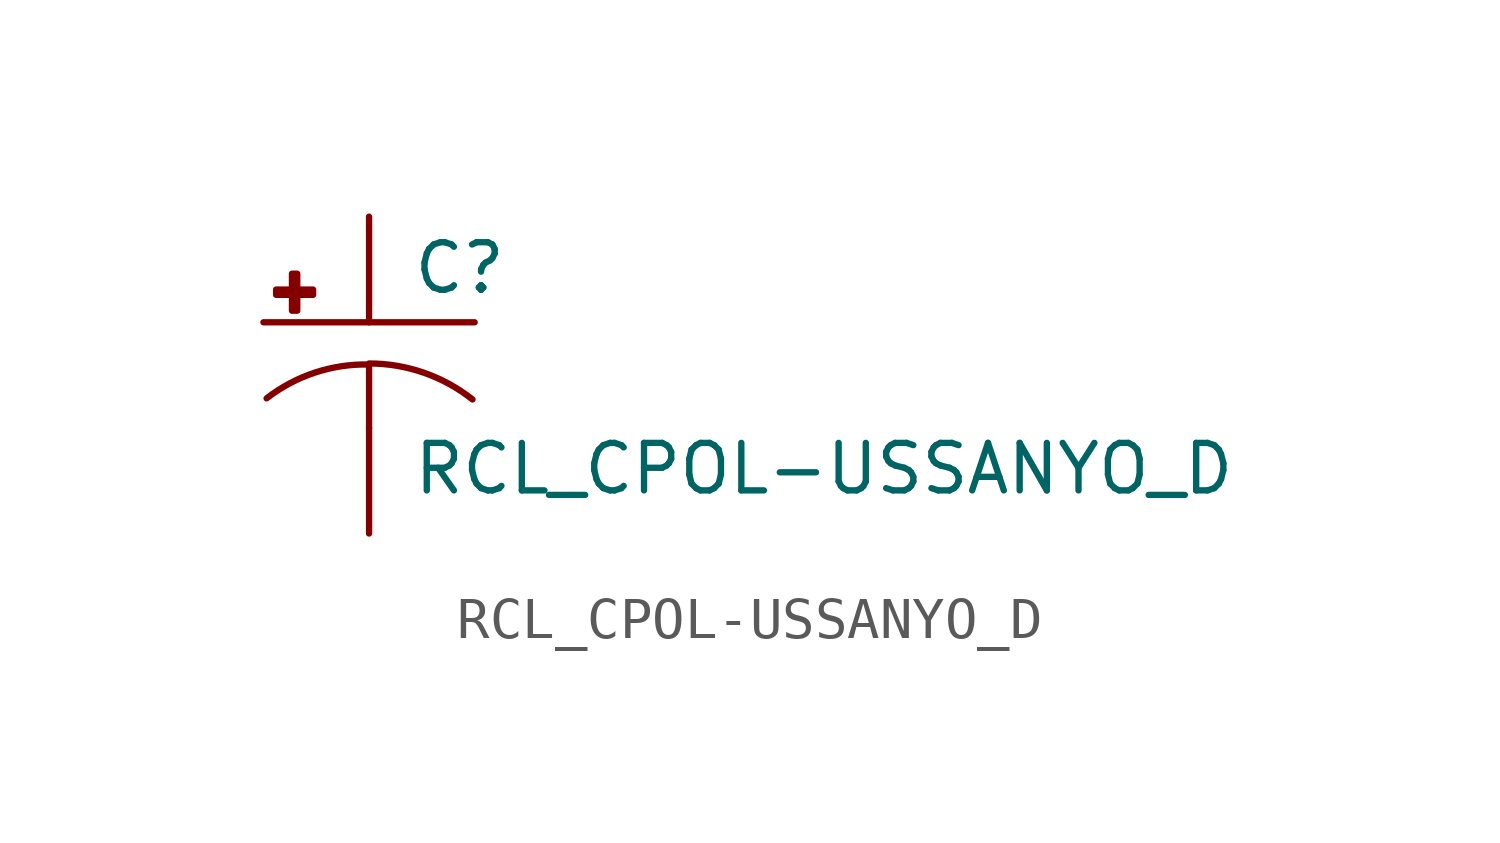
<source format=kicad_sym>
(kicad_symbol_lib
  (version 20210619)
  (generator kicad_symbol_editor)
  (symbol "RCL_CPOL-USSANYO_D"
    (pin_numbers hide)
    (pin_names
      (offset 1.016) hide)
    (property "Reference" "C"
      (at 1.016 0.635 0)
      (effects (font (size 1.143 1.143)) (justify left bottom)))
    (property "Value" "RCL_CPOL-USSANYO_D"
      (at 1.016 -4.191 0)
      (effects (font (size 1.143 1.143)) (justify left bottom)))
    (property "ki_locked" ""
      (at 0 0 0)
      (effects (font (size 1.27 1.27))))
    (symbol "RCL_CPOL-USSANYO_D_1_0"
      (polyline (pts (xy -2.54 0) (xy 2.54 0)) (stroke (width 0)) (fill (type none)))
      (polyline (pts (xy 0 -1.016) (xy 0 -2.54)) (stroke (width 0)) (fill (type none)))
      (polyline (pts (xy 0 -1.016) (xy 0 -1.016)) (stroke (width 0)) (fill (type none))))
    (symbol "RCL_CPOL-USSANYO_D_1_1"
      (arc (start 0 -1.016) (end -2.4638 -1.8288) (radius (at 0 -5.0546) (length 4.0386) (angles 90.1 127.3)) (stroke (width 0)) (fill (type none)))
      (arc (start 2.4892 -1.8542) (end 0 -0.9906) (radius (at 0 -5.0292) (length 4.0386) (angles 52.3 89.9)) (stroke (width 0)) (fill (type none)))
      (rectangle (start -2.235 0.66) (end -1.346 0.787) (stroke (width 0)) (fill (type outline)))
      (rectangle (start -1.854 0.279) (end -1.727 1.168) (stroke (width 0)) (fill (type outline)))
      (pin passive line (at 0 2.54 270) (length 2.54) (name "+" (effects (font (size 1.016 1.016)))) (number "+" (effects (font (size 1.016 1.016)))))
      (pin passive line (at 0 -5.08 90) (length 2.54) (name "-" (effects (font (size 1.016 1.016)))) (number "-" (effects (font (size 1.016 1.016))))))))
</source>
